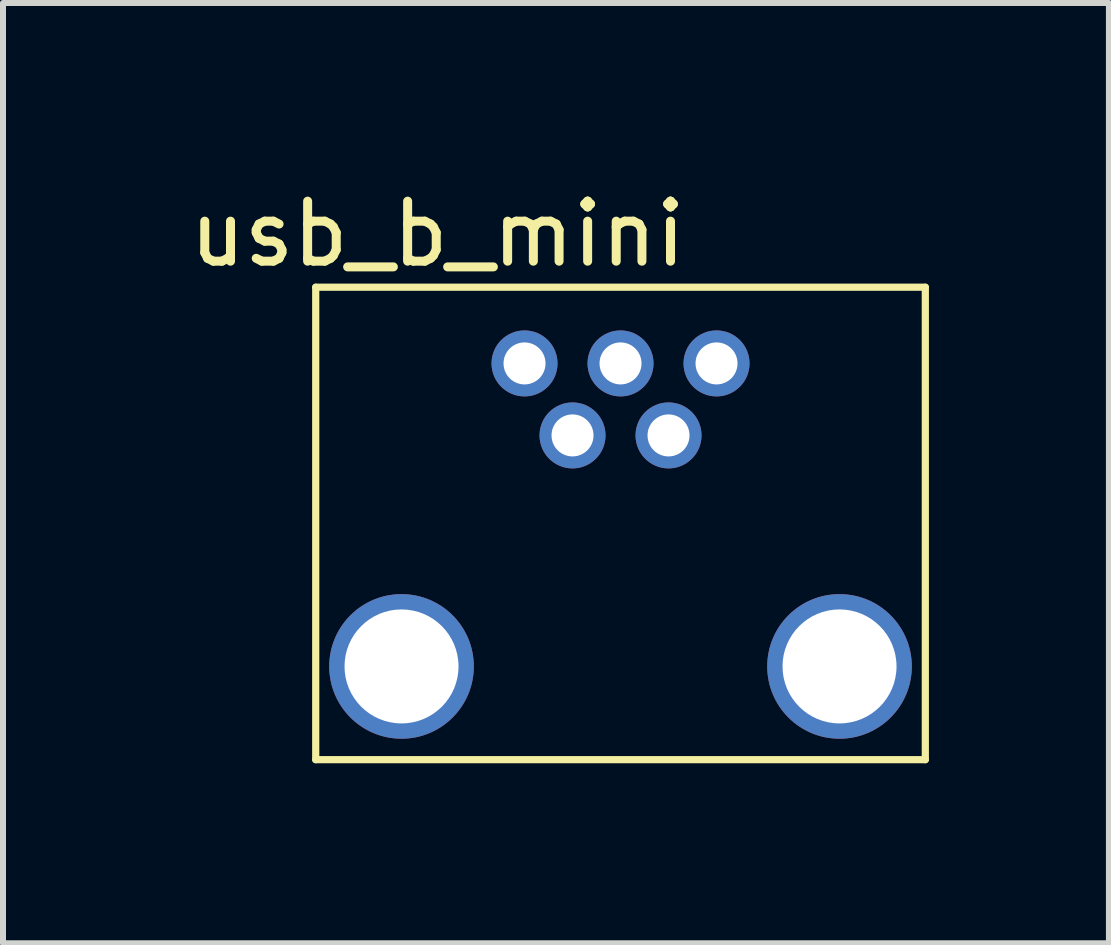
<source format=kicad_pcb>
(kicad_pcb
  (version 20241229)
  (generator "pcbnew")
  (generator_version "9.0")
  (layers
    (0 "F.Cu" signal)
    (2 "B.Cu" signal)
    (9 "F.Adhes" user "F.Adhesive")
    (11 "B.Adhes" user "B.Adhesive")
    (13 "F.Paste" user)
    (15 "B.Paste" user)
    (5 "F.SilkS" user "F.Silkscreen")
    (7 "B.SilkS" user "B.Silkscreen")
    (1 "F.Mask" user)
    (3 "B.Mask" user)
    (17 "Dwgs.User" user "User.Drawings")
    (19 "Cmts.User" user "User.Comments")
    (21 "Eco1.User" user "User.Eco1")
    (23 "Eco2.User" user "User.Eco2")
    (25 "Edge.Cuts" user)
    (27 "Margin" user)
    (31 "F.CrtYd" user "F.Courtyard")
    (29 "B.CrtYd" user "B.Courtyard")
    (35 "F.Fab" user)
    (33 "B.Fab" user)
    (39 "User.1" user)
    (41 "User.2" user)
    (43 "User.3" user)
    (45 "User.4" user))
  (footprint "usb_b_mini"
    (layer "F.Cu")
    (at 7.292 5.547)
    (property "Reference" "usb_b_mini" (at -3.048 -4.699 0) (layer "F.SilkS") (effects (font (size 1 1) (thickness 0.15))))
    (attr through_hole)
    (fp_line (start -5.08 -3.81) (end -5.08 4.064) (stroke (width 0.12) (type solid)) (layer "F.SilkS"))
    (fp_line (start -5.08 4.064) (end 5.08 4.064) (stroke (width 0.12) (type solid)) (layer "F.SilkS"))
    (fp_line (start 5.08 -3.81) (end -5.08 -3.81) (stroke (width 0.12) (type solid)) (layer "F.SilkS"))
    (fp_line (start 5.08 4.064) (end 5.08 -3.81) (stroke (width 0.12) (type solid)) (layer "F.SilkS"))
    (pad "1" thru_hole circle (at -1.6 -2.54) (size 1.1 1.1) (drill 0.7) (layers "*.Cu" "*.Mask"))
    (pad "2" thru_hole circle (at -0.8 -1.34) (size 1.1 1.1) (drill 0.7) (layers "*.Cu" "*.Mask"))
    (pad "3" thru_hole circle (at 0 -2.54) (size 1.1 1.1) (drill 0.7) (layers "*.Cu" "*.Mask"))
    (pad "4" thru_hole circle (at 0.8 -1.34) (size 1.1 1.1) (drill 0.7) (layers "*.Cu" "*.Mask"))
    (pad "5" thru_hole circle (at 1.6 -2.54) (size 1.1 1.1) (drill 0.7) (layers "*.Cu" "*.Mask"))
    (pad "6" thru_hole circle (at -3.65 2.51) (size 2.41 2.41) (drill 1.9) (layers "*.Cu" "*.Mask"))
    (pad "7" thru_hole circle (at 3.65 2.51) (size 2.41 2.41) (drill 1.9) (layers "*.Cu" "*.Mask")))
  (gr_rect
    (start -3 -3)
    (end 15.432 12.671)
    (stroke (width 0.1) (type default))
    (fill no)
    (layer "Edge.Cuts")))
</source>
